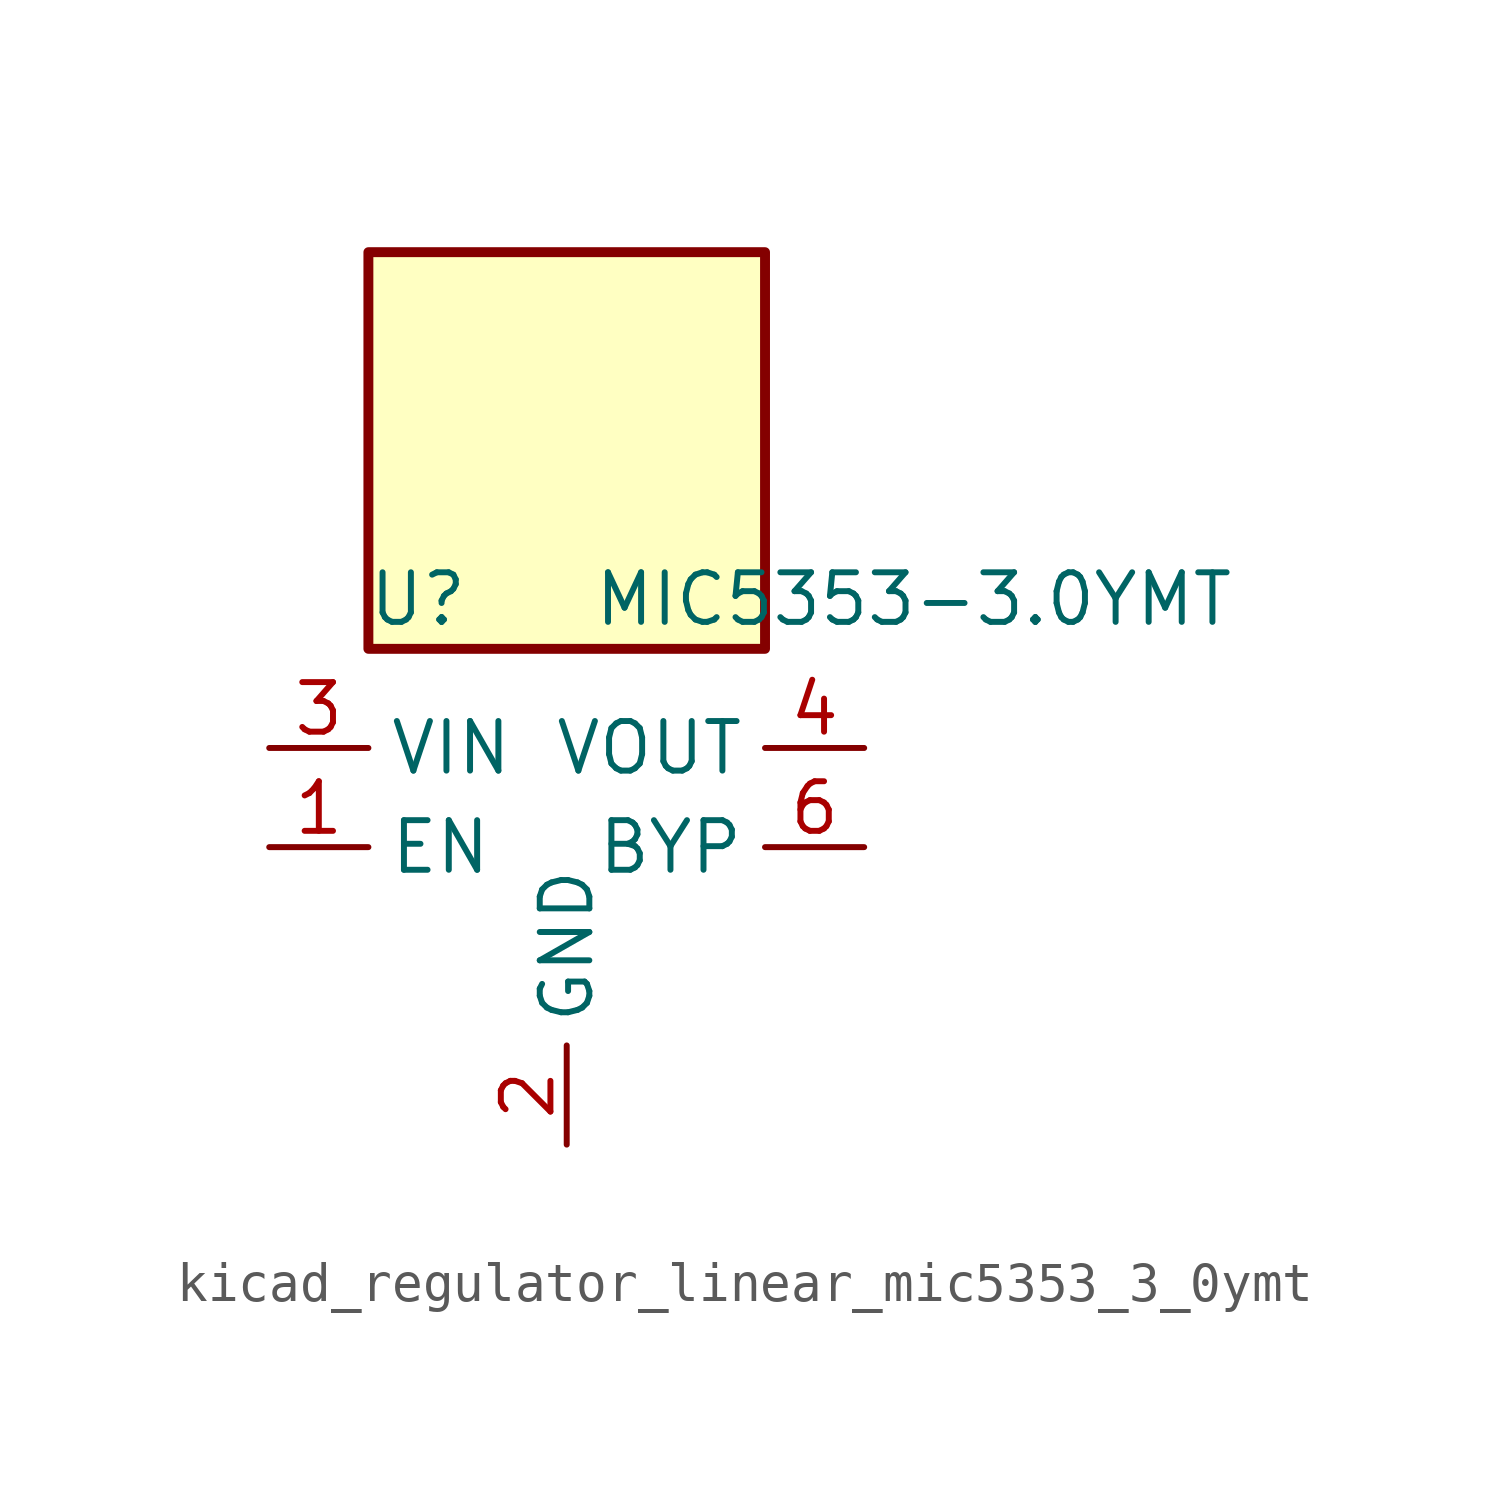
<source format=kicad_sym>
(kicad_symbol_lib
  (version 20220914)
  (generator kicad_symbol_editor)
  (symbol "kicad_regulator_linear_mic5353_3_0ymt"
    (property "Reference" "U"
      (at -3.81 6.35 0)
      (effects (font (size 1.27 1.27))))
    (property "Value" "MIC5353-3.0YMT"
      (at 8.89 6.35 0)
      (effects (font (size 1.27 1.27))))
    (symbol "kicad_regulator_linear_mic5353_3_0ymt_0_1"
      (rectangle (start 5.08 15.24) (end -5.08 5.08) (stroke (width 0.254) (type default)) (fill (type background)))
      (pin input line (at -7.62 0 0) (length 2.54) (name "EN" (effects (font (size 1.27 1.27)))) (number "1" (effects (font (size 1.27 1.27)))))
      (pin power_in line (at 0 -7.62 90) (length 2.54) (name "GND" (effects (font (size 1.27 1.27)))) (number "2" (effects (font (size 1.27 1.27)))))
      (pin power_in line (at -7.62 2.54 0) (length 2.54) (name "VIN" (effects (font (size 1.27 1.27)))) (number "3" (effects (font (size 1.27 1.27)))))
      (pin power_out line (at 7.62 2.54 180) (length 2.54) (name "VOUT" (effects (font (size 1.27 1.27)))) (number "4" (effects (font (size 1.27 1.27)))))
      (pin no_connect line (at 5.08 -2.54 180) (length 2.54) hide (name "NC" (effects (font (size 1.27 1.27)))) (number "5" (effects (font (size 1.27 1.27)))))
      (pin passive line (at 7.62 0 180) (length 2.54) (name "BYP" (effects (font (size 1.27 1.27)))) (number "6" (effects (font (size 1.27 1.27)))))
      (pin passive line (at 0 -7.62 90) (length 2.54) hide (name "GND" (effects (font (size 1.27 1.27)))) (number "7" (effects (font (size 1.27 1.27))))))))
</source>
